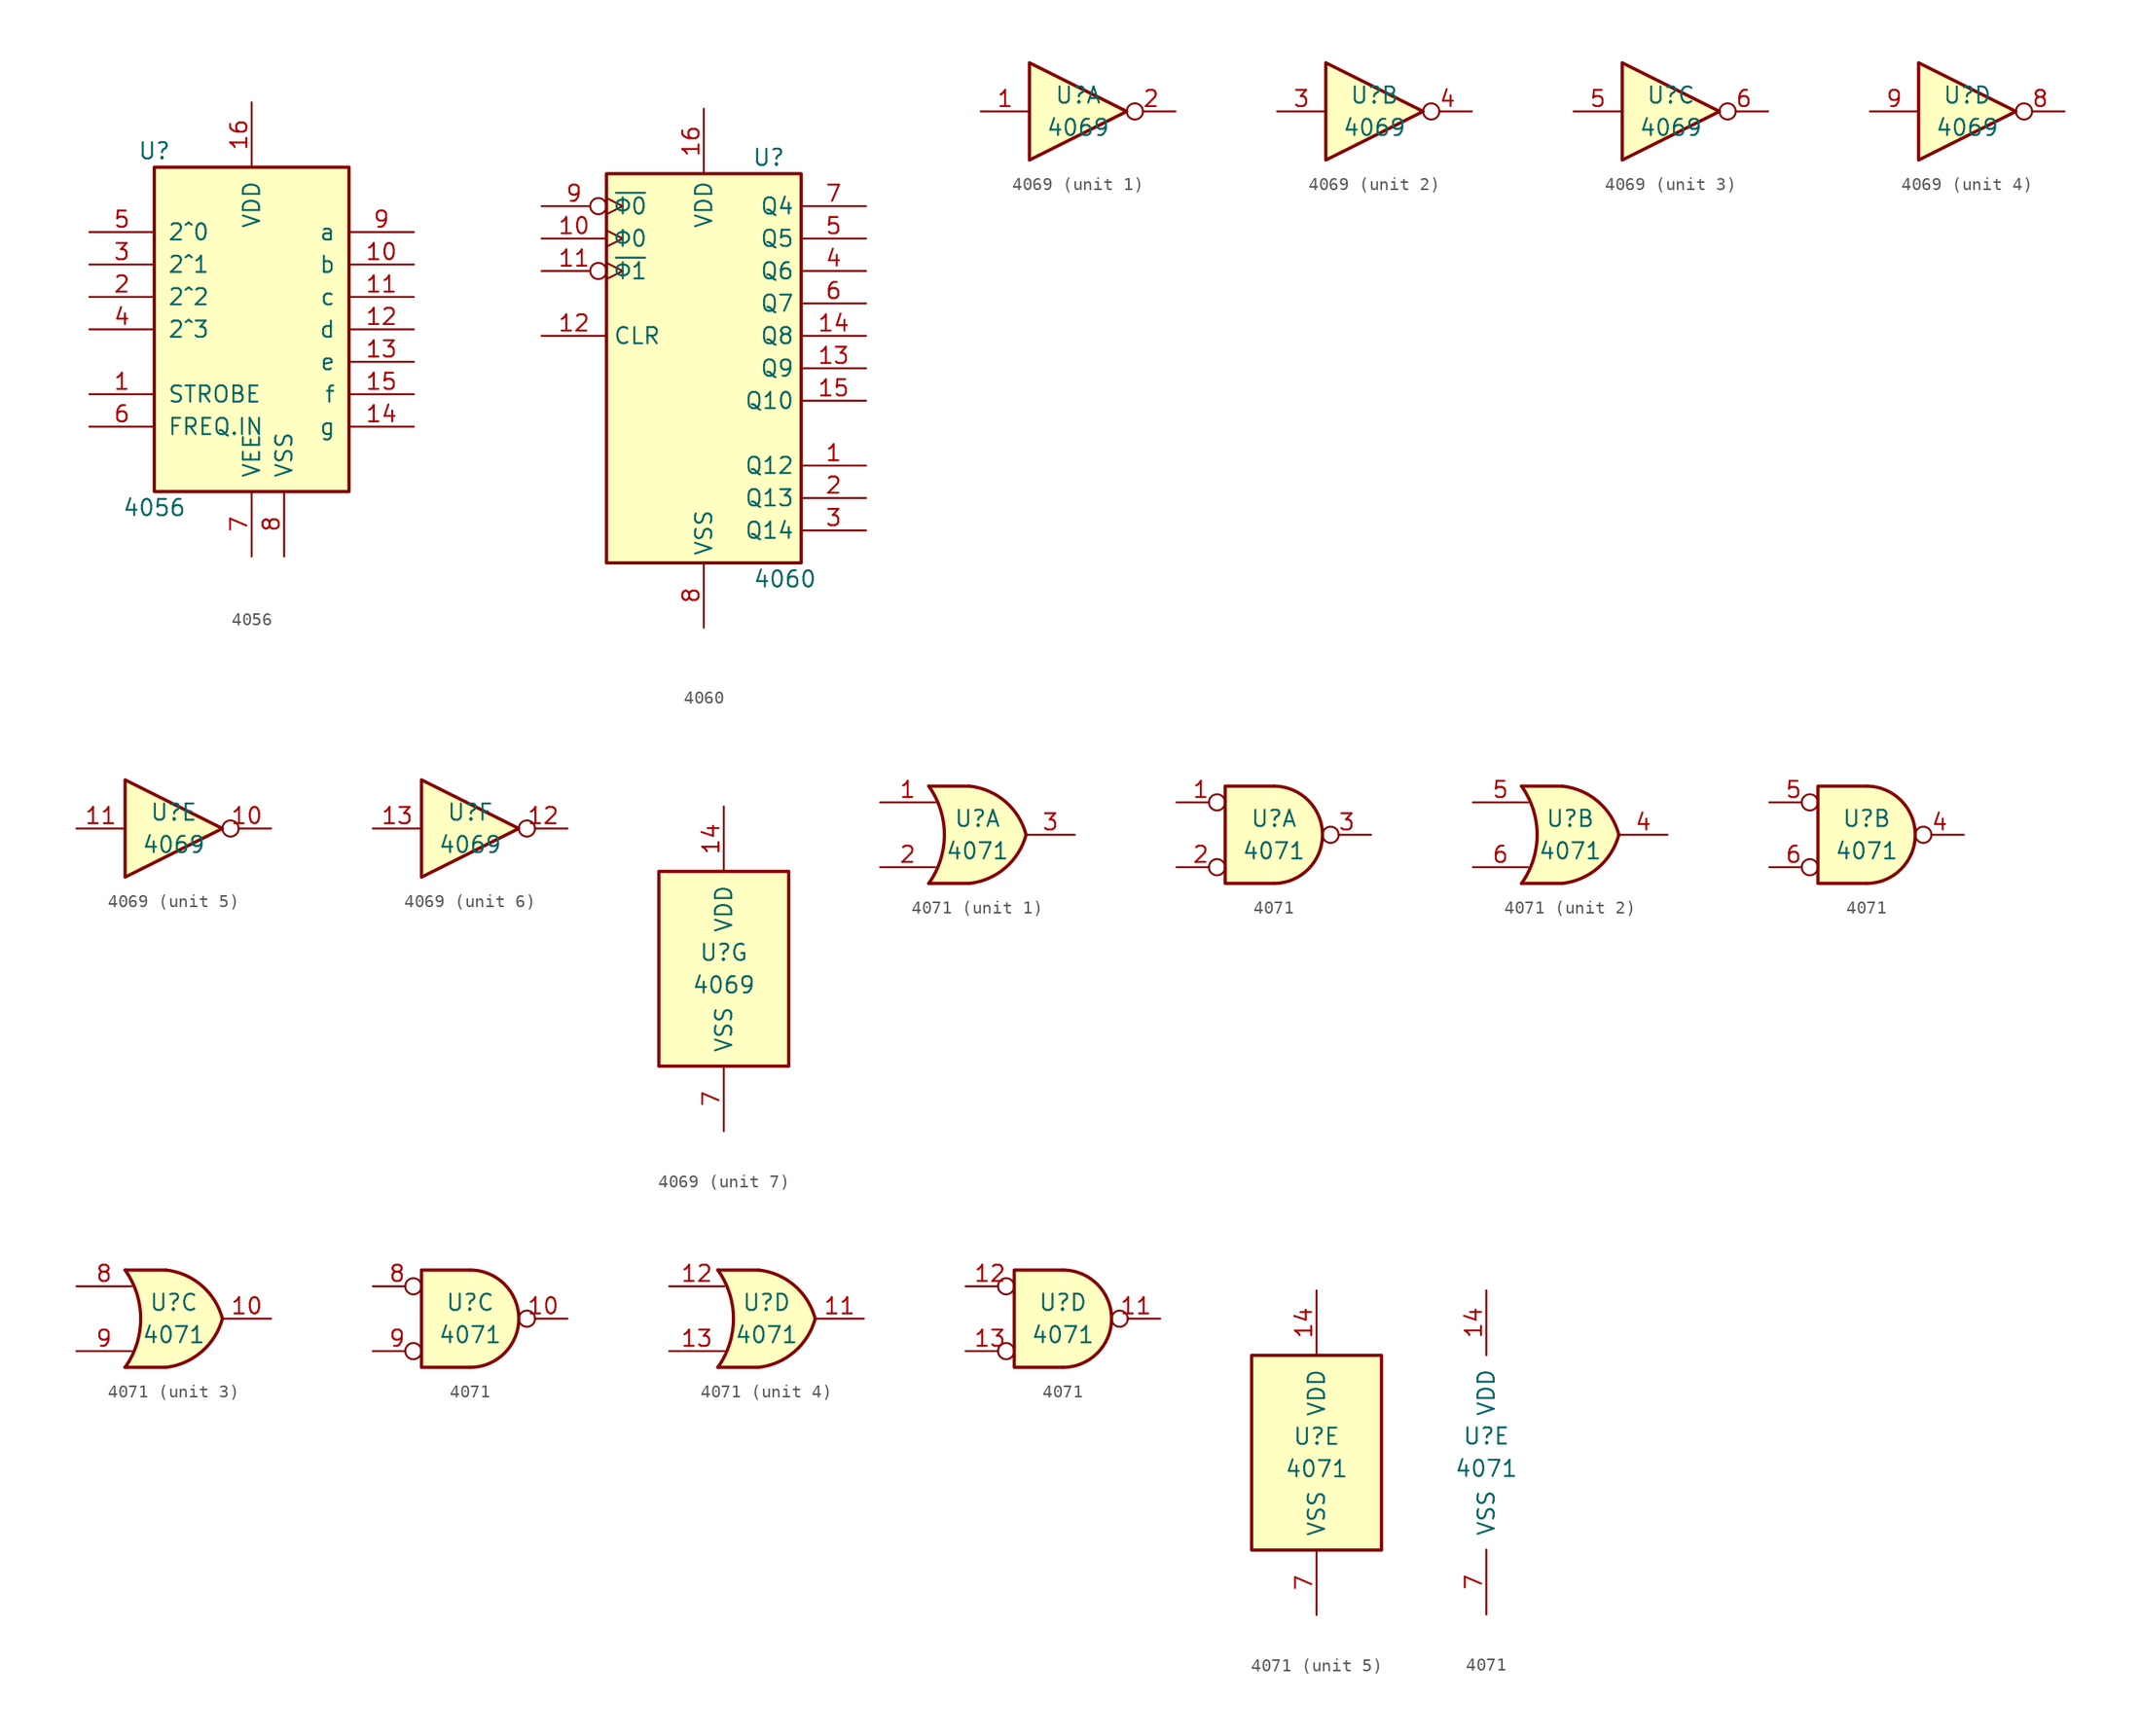
<source format=kicad_sym>
(kicad_symbol_lib
  (version 20220914)
  (generator kicad_symbol_editor)
  (symbol "4056"
    (pin_names
      (offset 1.016))
    (property "Reference" "U"
      (at -7.62 13.97 0)
      (effects (font (size 1.27 1.27))))
    (property "Value" "4056"
      (at -7.62 -13.97 0)
      (effects (font (size 1.27 1.27))))
    (property "ki_locked" ""
      (at 0 0 0)
      (effects (font (size 1.27 1.27))))
    (symbol "4056_1_0"
      (pin input line (at -12.7 -5.08 0) (length 5.08) (name "STROBE" (effects (font (size 1.27 1.27)))) (number "1" (effects (font (size 1.27 1.27)))))
      (pin output line (at 12.7 5.08 180) (length 5.08) (name "b" (effects (font (size 1.27 1.27)))) (number "10" (effects (font (size 1.27 1.27)))))
      (pin output line (at 12.7 2.54 180) (length 5.08) (name "c" (effects (font (size 1.27 1.27)))) (number "11" (effects (font (size 1.27 1.27)))))
      (pin output line (at 12.7 0 180) (length 5.08) (name "d" (effects (font (size 1.27 1.27)))) (number "12" (effects (font (size 1.27 1.27)))))
      (pin output line (at 12.7 -2.54 180) (length 5.08) (name "e" (effects (font (size 1.27 1.27)))) (number "13" (effects (font (size 1.27 1.27)))))
      (pin output line (at 12.7 -7.62 180) (length 5.08) (name "g" (effects (font (size 1.27 1.27)))) (number "14" (effects (font (size 1.27 1.27)))))
      (pin output line (at 12.7 -5.08 180) (length 5.08) (name "f" (effects (font (size 1.27 1.27)))) (number "15" (effects (font (size 1.27 1.27)))))
      (pin power_in line (at 0 17.78 270) (length 5.08) (name "VDD" (effects (font (size 1.27 1.27)))) (number "16" (effects (font (size 1.27 1.27)))))
      (pin input line (at -12.7 2.54 0) (length 5.08) (name "2^2" (effects (font (size 1.27 1.27)))) (number "2" (effects (font (size 1.27 1.27)))))
      (pin input line (at -12.7 5.08 0) (length 5.08) (name "2^1" (effects (font (size 1.27 1.27)))) (number "3" (effects (font (size 1.27 1.27)))))
      (pin input line (at -12.7 0 0) (length 5.08) (name "2^3" (effects (font (size 1.27 1.27)))) (number "4" (effects (font (size 1.27 1.27)))))
      (pin input line (at -12.7 7.62 0) (length 5.08) (name "2^0" (effects (font (size 1.27 1.27)))) (number "5" (effects (font (size 1.27 1.27)))))
      (pin input line (at -12.7 -7.62 0) (length 5.08) (name "FREQ.IN" (effects (font (size 1.27 1.27)))) (number "6" (effects (font (size 1.27 1.27)))))
      (pin power_in line (at 0 -17.78 90) (length 5.08) (name "VEE" (effects (font (size 1.27 1.27)))) (number "7" (effects (font (size 1.27 1.27)))))
      (pin power_in line (at 2.54 -17.78 90) (length 5.08) (name "VSS" (effects (font (size 1.27 1.27)))) (number "8" (effects (font (size 1.27 1.27)))))
      (pin output line (at 12.7 7.62 180) (length 5.08) (name "a" (effects (font (size 1.27 1.27)))) (number "9" (effects (font (size 1.27 1.27))))))
    (symbol "4056_1_1"
      (rectangle (start -7.62 12.7) (end 7.62 -12.7) (stroke (width 0.254) (type default)) (fill (type background)))))
  (symbol "4060"
    (property "Reference" "U"
      (at 5.08 16.51 0)
      (effects (font (size 1.27 1.27))))
    (property "Value" "4060"
      (at 6.35 -16.51 0)
      (effects (font (size 1.27 1.27))))
    (symbol "4060_1_0"
      (pin output line (at 12.7 -7.62 180) (length 5.08) (name "Q12" (effects (font (size 1.27 1.27)))) (number "1" (effects (font (size 1.27 1.27)))))
      (pin input clock (at -12.7 10.16 0) (length 5.08) (name "Φ0" (effects (font (size 1.27 1.27)))) (number "10" (effects (font (size 1.27 1.27)))))
      (pin input inverted_clock (at -12.7 7.62 0) (length 5.08) (name "~{Φ1}" (effects (font (size 1.27 1.27)))) (number "11" (effects (font (size 1.27 1.27)))))
      (pin input line (at -12.7 2.54 0) (length 5.08) (name "CLR" (effects (font (size 1.27 1.27)))) (number "12" (effects (font (size 1.27 1.27)))))
      (pin output line (at 12.7 0 180) (length 5.08) (name "Q9" (effects (font (size 1.27 1.27)))) (number "13" (effects (font (size 1.27 1.27)))))
      (pin output line (at 12.7 2.54 180) (length 5.08) (name "Q8" (effects (font (size 1.27 1.27)))) (number "14" (effects (font (size 1.27 1.27)))))
      (pin output line (at 12.7 -2.54 180) (length 5.08) (name "Q10" (effects (font (size 1.27 1.27)))) (number "15" (effects (font (size 1.27 1.27)))))
      (pin power_in line (at 0 20.32 270) (length 5.08) (name "VDD" (effects (font (size 1.27 1.27)))) (number "16" (effects (font (size 1.27 1.27)))))
      (pin output line (at 12.7 -10.16 180) (length 5.08) (name "Q13" (effects (font (size 1.27 1.27)))) (number "2" (effects (font (size 1.27 1.27)))))
      (pin output line (at 12.7 -12.7 180) (length 5.08) (name "Q14" (effects (font (size 1.27 1.27)))) (number "3" (effects (font (size 1.27 1.27)))))
      (pin output line (at 12.7 7.62 180) (length 5.08) (name "Q6" (effects (font (size 1.27 1.27)))) (number "4" (effects (font (size 1.27 1.27)))))
      (pin output line (at 12.7 10.16 180) (length 5.08) (name "Q5" (effects (font (size 1.27 1.27)))) (number "5" (effects (font (size 1.27 1.27)))))
      (pin output line (at 12.7 5.08 180) (length 5.08) (name "Q7" (effects (font (size 1.27 1.27)))) (number "6" (effects (font (size 1.27 1.27)))))
      (pin output line (at 12.7 12.7 180) (length 5.08) (name "Q4" (effects (font (size 1.27 1.27)))) (number "7" (effects (font (size 1.27 1.27)))))
      (pin power_in line (at 0 -20.32 90) (length 5.08) (name "VSS" (effects (font (size 1.27 1.27)))) (number "8" (effects (font (size 1.27 1.27)))))
      (pin input inverted_clock (at -12.7 12.7 0) (length 5.08) (name "~{Φ0}" (effects (font (size 1.27 1.27)))) (number "9" (effects (font (size 1.27 1.27))))))
    (symbol "4060_1_1"
      (rectangle (start -7.62 15.24) (end 7.62 -15.24) (stroke (width 0.254) (type default)) (fill (type background)))))
  (symbol "4069"
    (pin_names
      (offset 1.016))
    (property "Reference" "U"
      (at 0 1.27 0)
      (effects (font (size 1.27 1.27))))
    (property "Value" "4069"
      (at 0 -1.27 0)
      (effects (font (size 1.27 1.27))))
    (property "ki_locked" ""
      (at 0 0 0)
      (effects (font (size 1.27 1.27))))
    (symbol "4069_1_0"
      (polyline (pts (xy -3.81 3.81) (xy -3.81 -3.81) (xy 3.81 0) (xy -3.81 3.81)) (stroke (width 0.254) (type default)) (fill (type background)))
      (pin input line (at -7.62 0 0) (length 3.81) (name "~" (effects (font (size 1.27 1.27)))) (number "1" (effects (font (size 1.27 1.27)))))
      (pin output inverted (at 7.62 0 180) (length 3.81) (name "~" (effects (font (size 1.27 1.27)))) (number "2" (effects (font (size 1.27 1.27))))))
    (symbol "4069_2_0"
      (polyline (pts (xy -3.81 3.81) (xy -3.81 -3.81) (xy 3.81 0) (xy -3.81 3.81)) (stroke (width 0.254) (type default)) (fill (type background)))
      (pin input line (at -7.62 0 0) (length 3.81) (name "~" (effects (font (size 1.27 1.27)))) (number "3" (effects (font (size 1.27 1.27)))))
      (pin output inverted (at 7.62 0 180) (length 3.81) (name "~" (effects (font (size 1.27 1.27)))) (number "4" (effects (font (size 1.27 1.27))))))
    (symbol "4069_3_0"
      (polyline (pts (xy -3.81 3.81) (xy -3.81 -3.81) (xy 3.81 0) (xy -3.81 3.81)) (stroke (width 0.254) (type default)) (fill (type background)))
      (pin input line (at -7.62 0 0) (length 3.81) (name "~" (effects (font (size 1.27 1.27)))) (number "5" (effects (font (size 1.27 1.27)))))
      (pin output inverted (at 7.62 0 180) (length 3.81) (name "~" (effects (font (size 1.27 1.27)))) (number "6" (effects (font (size 1.27 1.27))))))
    (symbol "4069_4_0"
      (polyline (pts (xy -3.81 3.81) (xy -3.81 -3.81) (xy 3.81 0) (xy -3.81 3.81)) (stroke (width 0.254) (type default)) (fill (type background)))
      (pin output inverted (at 7.62 0 180) (length 3.81) (name "~" (effects (font (size 1.27 1.27)))) (number "8" (effects (font (size 1.27 1.27)))))
      (pin input line (at -7.62 0 0) (length 3.81) (name "~" (effects (font (size 1.27 1.27)))) (number "9" (effects (font (size 1.27 1.27))))))
    (symbol "4069_5_0"
      (polyline (pts (xy -3.81 3.81) (xy -3.81 -3.81) (xy 3.81 0) (xy -3.81 3.81)) (stroke (width 0.254) (type default)) (fill (type background)))
      (pin output inverted (at 7.62 0 180) (length 3.81) (name "~" (effects (font (size 1.27 1.27)))) (number "10" (effects (font (size 1.27 1.27)))))
      (pin input line (at -7.62 0 0) (length 3.81) (name "~" (effects (font (size 1.27 1.27)))) (number "11" (effects (font (size 1.27 1.27))))))
    (symbol "4069_6_0"
      (polyline (pts (xy -3.81 3.81) (xy -3.81 -3.81) (xy 3.81 0) (xy -3.81 3.81)) (stroke (width 0.254) (type default)) (fill (type background)))
      (pin output inverted (at 7.62 0 180) (length 3.81) (name "~" (effects (font (size 1.27 1.27)))) (number "12" (effects (font (size 1.27 1.27)))))
      (pin input line (at -7.62 0 0) (length 3.81) (name "~" (effects (font (size 1.27 1.27)))) (number "13" (effects (font (size 1.27 1.27))))))
    (symbol "4069_7_0"
      (pin power_in line (at 0 12.7 270) (length 5.08) (name "VDD" (effects (font (size 1.27 1.27)))) (number "14" (effects (font (size 1.27 1.27)))))
      (pin power_in line (at 0 -12.7 90) (length 5.08) (name "VSS" (effects (font (size 1.27 1.27)))) (number "7" (effects (font (size 1.27 1.27))))))
    (symbol "4069_7_1"
      (rectangle (start -5.08 7.62) (end 5.08 -7.62) (stroke (width 0.254) (type default)) (fill (type background)))))
  (symbol "4071"
    (pin_names
      (offset 1.016))
    (property "Reference" "U"
      (at 0 1.27 0)
      (effects (font (size 1.27 1.27))))
    (property "Value" "4071"
      (at 0 -1.27 0)
      (effects (font (size 1.27 1.27))))
    (property "ki_locked" ""
      (at 0 0 0)
      (effects (font (size 1.27 1.27))))
    (symbol "4071_1_1"
      (arc (start -3.81 -3.81) (mid -2.589 0) (end -3.81 3.81) (stroke (width 0.254) (type default)) (fill (type none)))
      (arc (start -0.6096 -3.81) (mid 2.1842 -2.5851) (end 3.81 0) (stroke (width 0.254) (type default)) (fill (type background)))
      (polyline (pts (xy -3.81 -3.81) (xy -0.635 -3.81)) (stroke (width 0.254) (type default)) (fill (type background)))
      (polyline (pts (xy -3.81 3.81) (xy -0.635 3.81)) (stroke (width 0.254) (type default)) (fill (type background)))
      (polyline (pts (xy -0.635 3.81) (xy -3.81 3.81) (xy -3.81 3.81) (xy -3.556 3.404) (xy -3.023 2.261) (xy -2.692 1.041) (xy -2.616 -0.254) (xy -2.769 -1.499) (xy -3.175 -2.718) (xy -3.81 -3.81) (xy -3.81 -3.81) (xy -0.635 -3.81)) (stroke (width -25.4) (type default)) (fill (type background)))
      (arc (start 3.81 0) (mid 2.1915 2.5936) (end -0.6096 3.81) (stroke (width 0.254) (type default)) (fill (type background)))
      (pin input line (at -7.62 2.54 0) (length 4.318) (name "~" (effects (font (size 1.27 1.27)))) (number "1" (effects (font (size 1.27 1.27)))))
      (pin input line (at -7.62 -2.54 0) (length 4.318) (name "~" (effects (font (size 1.27 1.27)))) (number "2" (effects (font (size 1.27 1.27)))))
      (pin output line (at 7.62 0 180) (length 3.81) (name "~" (effects (font (size 1.27 1.27)))) (number "3" (effects (font (size 1.27 1.27))))))
    (symbol "4071_1_2"
      (arc (start 0 -3.81) (mid 3.7934 0) (end 0 3.81) (stroke (width 0.254) (type default)) (fill (type background)))
      (polyline (pts (xy 0 3.81) (xy -3.81 3.81) (xy -3.81 -3.81) (xy 0 -3.81)) (stroke (width 0.254) (type default)) (fill (type background)))
      (pin input inverted (at -7.62 2.54 0) (length 3.81) (name "~" (effects (font (size 1.27 1.27)))) (number "1" (effects (font (size 1.27 1.27)))))
      (pin input inverted (at -7.62 -2.54 0) (length 3.81) (name "~" (effects (font (size 1.27 1.27)))) (number "2" (effects (font (size 1.27 1.27)))))
      (pin output inverted (at 7.62 0 180) (length 3.81) (name "~" (effects (font (size 1.27 1.27)))) (number "3" (effects (font (size 1.27 1.27))))))
    (symbol "4071_2_1"
      (arc (start -3.81 -3.81) (mid -2.589 0) (end -3.81 3.81) (stroke (width 0.254) (type default)) (fill (type none)))
      (arc (start -0.6096 -3.81) (mid 2.1842 -2.5851) (end 3.81 0) (stroke (width 0.254) (type default)) (fill (type background)))
      (polyline (pts (xy -3.81 -3.81) (xy -0.635 -3.81)) (stroke (width 0.254) (type default)) (fill (type background)))
      (polyline (pts (xy -3.81 3.81) (xy -0.635 3.81)) (stroke (width 0.254) (type default)) (fill (type background)))
      (polyline (pts (xy -0.635 3.81) (xy -3.81 3.81) (xy -3.81 3.81) (xy -3.556 3.404) (xy -3.023 2.261) (xy -2.692 1.041) (xy -2.616 -0.254) (xy -2.769 -1.499) (xy -3.175 -2.718) (xy -3.81 -3.81) (xy -3.81 -3.81) (xy -0.635 -3.81)) (stroke (width -25.4) (type default)) (fill (type background)))
      (arc (start 3.81 0) (mid 2.1915 2.5936) (end -0.6096 3.81) (stroke (width 0.254) (type default)) (fill (type background)))
      (pin output line (at 7.62 0 180) (length 3.81) (name "~" (effects (font (size 1.27 1.27)))) (number "4" (effects (font (size 1.27 1.27)))))
      (pin input line (at -7.62 2.54 0) (length 4.318) (name "~" (effects (font (size 1.27 1.27)))) (number "5" (effects (font (size 1.27 1.27)))))
      (pin input line (at -7.62 -2.54 0) (length 4.318) (name "~" (effects (font (size 1.27 1.27)))) (number "6" (effects (font (size 1.27 1.27))))))
    (symbol "4071_2_2"
      (arc (start 0 -3.81) (mid 3.7934 0) (end 0 3.81) (stroke (width 0.254) (type default)) (fill (type background)))
      (polyline (pts (xy 0 3.81) (xy -3.81 3.81) (xy -3.81 -3.81) (xy 0 -3.81)) (stroke (width 0.254) (type default)) (fill (type background)))
      (pin output inverted (at 7.62 0 180) (length 3.81) (name "~" (effects (font (size 1.27 1.27)))) (number "4" (effects (font (size 1.27 1.27)))))
      (pin input inverted (at -7.62 2.54 0) (length 3.81) (name "~" (effects (font (size 1.27 1.27)))) (number "5" (effects (font (size 1.27 1.27)))))
      (pin input inverted (at -7.62 -2.54 0) (length 3.81) (name "~" (effects (font (size 1.27 1.27)))) (number "6" (effects (font (size 1.27 1.27))))))
    (symbol "4071_3_1"
      (arc (start -3.81 -3.81) (mid -2.589 0) (end -3.81 3.81) (stroke (width 0.254) (type default)) (fill (type none)))
      (arc (start -0.6096 -3.81) (mid 2.1842 -2.5851) (end 3.81 0) (stroke (width 0.254) (type default)) (fill (type background)))
      (polyline (pts (xy -3.81 -3.81) (xy -0.635 -3.81)) (stroke (width 0.254) (type default)) (fill (type background)))
      (polyline (pts (xy -3.81 3.81) (xy -0.635 3.81)) (stroke (width 0.254) (type default)) (fill (type background)))
      (polyline (pts (xy -0.635 3.81) (xy -3.81 3.81) (xy -3.81 3.81) (xy -3.556 3.404) (xy -3.023 2.261) (xy -2.692 1.041) (xy -2.616 -0.254) (xy -2.769 -1.499) (xy -3.175 -2.718) (xy -3.81 -3.81) (xy -3.81 -3.81) (xy -0.635 -3.81)) (stroke (width -25.4) (type default)) (fill (type background)))
      (arc (start 3.81 0) (mid 2.1915 2.5936) (end -0.6096 3.81) (stroke (width 0.254) (type default)) (fill (type background)))
      (pin output line (at 7.62 0 180) (length 3.81) (name "~" (effects (font (size 1.27 1.27)))) (number "10" (effects (font (size 1.27 1.27)))))
      (pin input line (at -7.62 2.54 0) (length 4.318) (name "~" (effects (font (size 1.27 1.27)))) (number "8" (effects (font (size 1.27 1.27)))))
      (pin input line (at -7.62 -2.54 0) (length 4.318) (name "~" (effects (font (size 1.27 1.27)))) (number "9" (effects (font (size 1.27 1.27))))))
    (symbol "4071_3_2"
      (arc (start 0 -3.81) (mid 3.7934 0) (end 0 3.81) (stroke (width 0.254) (type default)) (fill (type background)))
      (polyline (pts (xy 0 3.81) (xy -3.81 3.81) (xy -3.81 -3.81) (xy 0 -3.81)) (stroke (width 0.254) (type default)) (fill (type background)))
      (pin output inverted (at 7.62 0 180) (length 3.81) (name "~" (effects (font (size 1.27 1.27)))) (number "10" (effects (font (size 1.27 1.27)))))
      (pin input inverted (at -7.62 2.54 0) (length 3.81) (name "~" (effects (font (size 1.27 1.27)))) (number "8" (effects (font (size 1.27 1.27)))))
      (pin input inverted (at -7.62 -2.54 0) (length 3.81) (name "~" (effects (font (size 1.27 1.27)))) (number "9" (effects (font (size 1.27 1.27))))))
    (symbol "4071_4_1"
      (arc (start -3.81 -3.81) (mid -2.589 0) (end -3.81 3.81) (stroke (width 0.254) (type default)) (fill (type none)))
      (arc (start -0.6096 -3.81) (mid 2.1842 -2.5851) (end 3.81 0) (stroke (width 0.254) (type default)) (fill (type background)))
      (polyline (pts (xy -3.81 -3.81) (xy -0.635 -3.81)) (stroke (width 0.254) (type default)) (fill (type background)))
      (polyline (pts (xy -3.81 3.81) (xy -0.635 3.81)) (stroke (width 0.254) (type default)) (fill (type background)))
      (polyline (pts (xy -0.635 3.81) (xy -3.81 3.81) (xy -3.81 3.81) (xy -3.556 3.404) (xy -3.023 2.261) (xy -2.692 1.041) (xy -2.616 -0.254) (xy -2.769 -1.499) (xy -3.175 -2.718) (xy -3.81 -3.81) (xy -3.81 -3.81) (xy -0.635 -3.81)) (stroke (width -25.4) (type default)) (fill (type background)))
      (arc (start 3.81 0) (mid 2.1915 2.5936) (end -0.6096 3.81) (stroke (width 0.254) (type default)) (fill (type background)))
      (pin output line (at 7.62 0 180) (length 3.81) (name "~" (effects (font (size 1.27 1.27)))) (number "11" (effects (font (size 1.27 1.27)))))
      (pin input line (at -7.62 2.54 0) (length 4.318) (name "~" (effects (font (size 1.27 1.27)))) (number "12" (effects (font (size 1.27 1.27)))))
      (pin input line (at -7.62 -2.54 0) (length 4.318) (name "~" (effects (font (size 1.27 1.27)))) (number "13" (effects (font (size 1.27 1.27))))))
    (symbol "4071_4_2"
      (arc (start 0 -3.81) (mid 3.7934 0) (end 0 3.81) (stroke (width 0.254) (type default)) (fill (type background)))
      (polyline (pts (xy 0 3.81) (xy -3.81 3.81) (xy -3.81 -3.81) (xy 0 -3.81)) (stroke (width 0.254) (type default)) (fill (type background)))
      (pin output inverted (at 7.62 0 180) (length 3.81) (name "~" (effects (font (size 1.27 1.27)))) (number "11" (effects (font (size 1.27 1.27)))))
      (pin input inverted (at -7.62 2.54 0) (length 3.81) (name "~" (effects (font (size 1.27 1.27)))) (number "12" (effects (font (size 1.27 1.27)))))
      (pin input inverted (at -7.62 -2.54 0) (length 3.81) (name "~" (effects (font (size 1.27 1.27)))) (number "13" (effects (font (size 1.27 1.27))))))
    (symbol "4071_5_0"
      (pin power_in line (at 0 12.7 270) (length 5.08) (name "VDD" (effects (font (size 1.27 1.27)))) (number "14" (effects (font (size 1.27 1.27)))))
      (pin power_in line (at 0 -12.7 90) (length 5.08) (name "VSS" (effects (font (size 1.27 1.27)))) (number "7" (effects (font (size 1.27 1.27))))))
    (symbol "4071_5_1"
      (rectangle (start -5.08 7.62) (end 5.08 -7.62) (stroke (width 0.254) (type default)) (fill (type background))))))
</source>
